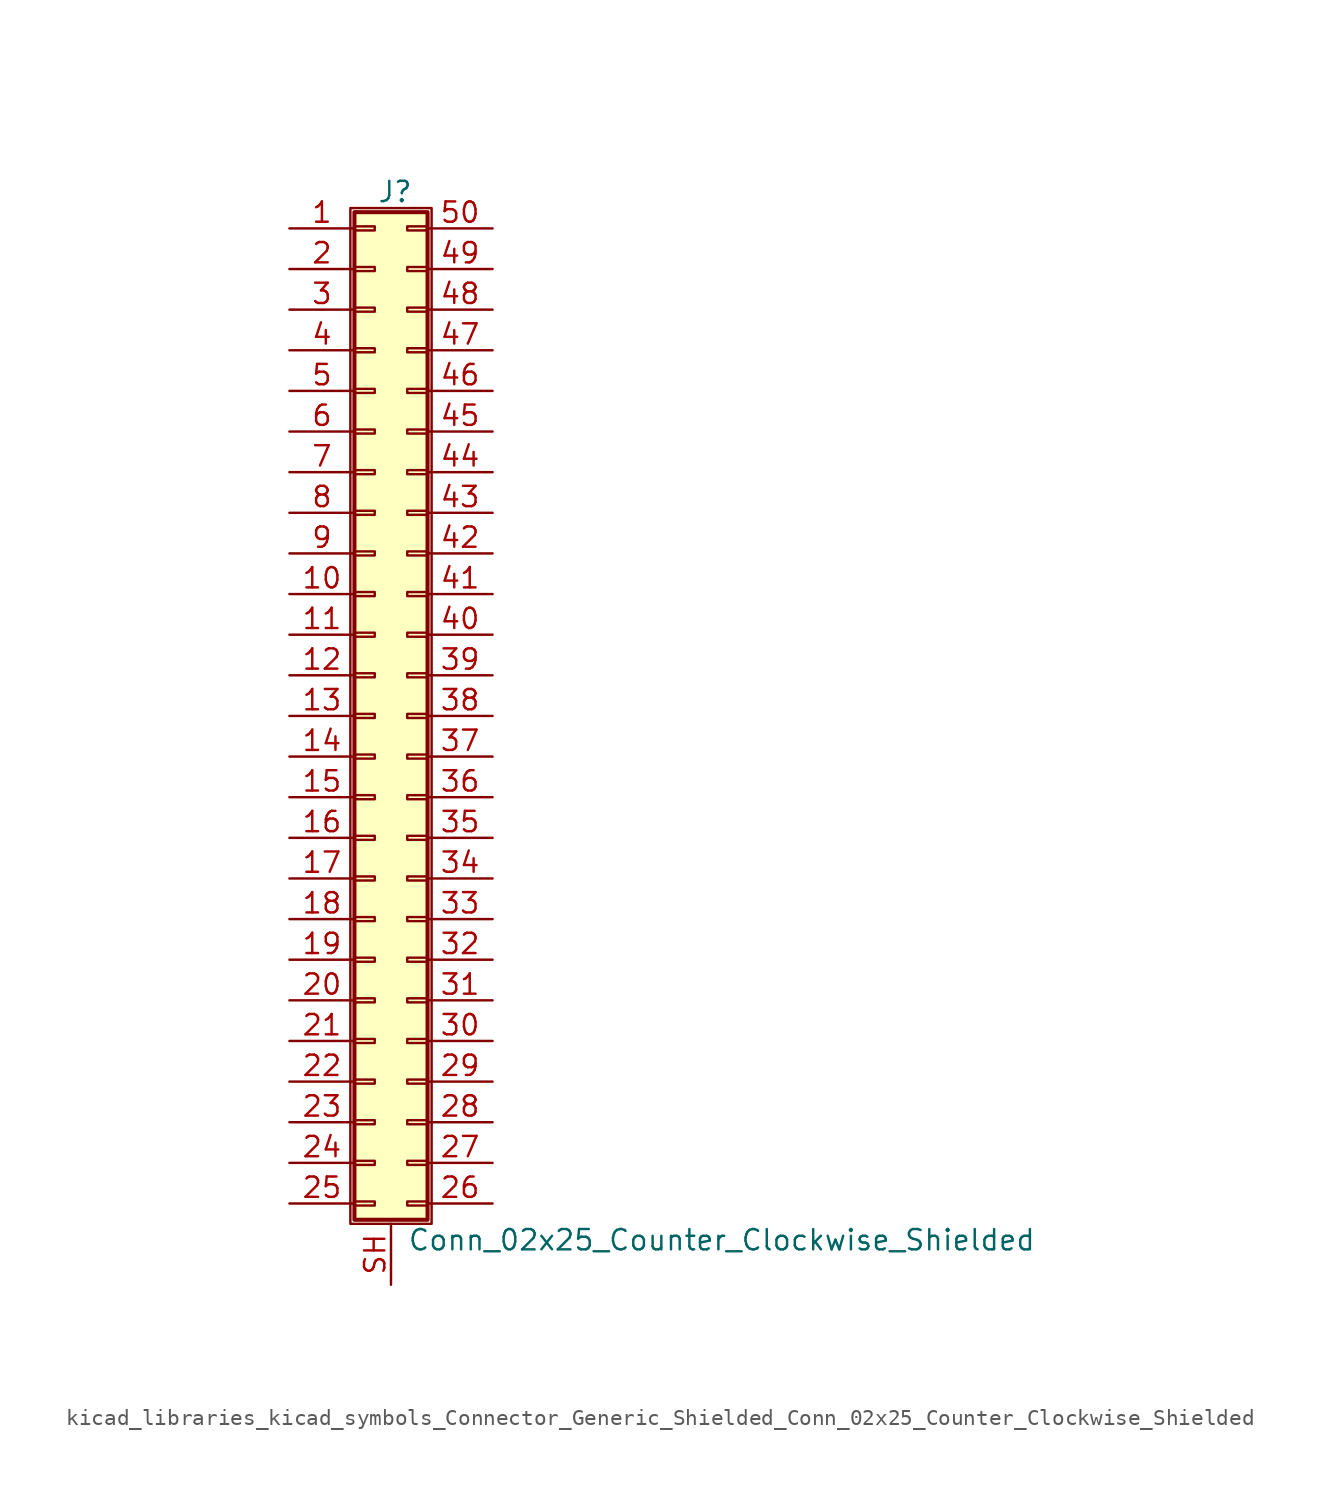
<source format=kicad_sym>
(kicad_symbol_lib
  (version 20220914)
  (generator kicad_symbol_editor)
  (symbol "kicad_libraries_kicad_symbols_Connector_Generic_Shielded_Conn_02x25_Counter_Clockwise_Shielded"
    (pin_names
      (offset 1.016) hide)
    (property "Reference" "J"
      (at 1.524 32.766 0)
      (effects (font (size 1.27 1.27))))
    (property "Value" "Conn_02x25_Counter_Clockwise_Shielded"
      (at 2.286 -32.766 0)
      (effects (font (size 1.27 1.27)) (justify left)))
    (symbol "kicad_libraries_kicad_symbols_Connector_Generic_Shielded_Conn_02x25_Counter_Clockwise_Shielded_1_1"
      (rectangle (start -1.27 31.75) (end 3.81 -31.75) (stroke (width 0.152) (type default)) (fill (type none)))
      (rectangle (start -1.016 -30.353) (end 0.254 -30.607) (stroke (width 0.152) (type default)) (fill (type none)))
      (rectangle (start -1.016 -27.813) (end 0.254 -28.067) (stroke (width 0.152) (type default)) (fill (type none)))
      (rectangle (start -1.016 -25.273) (end 0.254 -25.527) (stroke (width 0.152) (type default)) (fill (type none)))
      (rectangle (start -1.016 -22.733) (end 0.254 -22.987) (stroke (width 0.152) (type default)) (fill (type none)))
      (rectangle (start -1.016 -20.193) (end 0.254 -20.447) (stroke (width 0.152) (type default)) (fill (type none)))
      (rectangle (start -1.016 -17.653) (end 0.254 -17.907) (stroke (width 0.152) (type default)) (fill (type none)))
      (rectangle (start -1.016 -15.113) (end 0.254 -15.367) (stroke (width 0.152) (type default)) (fill (type none)))
      (rectangle (start -1.016 -12.573) (end 0.254 -12.827) (stroke (width 0.152) (type default)) (fill (type none)))
      (rectangle (start -1.016 -10.033) (end 0.254 -10.287) (stroke (width 0.152) (type default)) (fill (type none)))
      (rectangle (start -1.016 -7.493) (end 0.254 -7.747) (stroke (width 0.152) (type default)) (fill (type none)))
      (rectangle (start -1.016 -4.953) (end 0.254 -5.207) (stroke (width 0.152) (type default)) (fill (type none)))
      (rectangle (start -1.016 -2.413) (end 0.254 -2.667) (stroke (width 0.152) (type default)) (fill (type none)))
      (rectangle (start -1.016 0.127) (end 0.254 -0.127) (stroke (width 0.152) (type default)) (fill (type none)))
      (rectangle (start -1.016 2.667) (end 0.254 2.413) (stroke (width 0.152) (type default)) (fill (type none)))
      (rectangle (start -1.016 5.207) (end 0.254 4.953) (stroke (width 0.152) (type default)) (fill (type none)))
      (rectangle (start -1.016 7.747) (end 0.254 7.493) (stroke (width 0.152) (type default)) (fill (type none)))
      (rectangle (start -1.016 10.287) (end 0.254 10.033) (stroke (width 0.152) (type default)) (fill (type none)))
      (rectangle (start -1.016 12.827) (end 0.254 12.573) (stroke (width 0.152) (type default)) (fill (type none)))
      (rectangle (start -1.016 15.367) (end 0.254 15.113) (stroke (width 0.152) (type default)) (fill (type none)))
      (rectangle (start -1.016 17.907) (end 0.254 17.653) (stroke (width 0.152) (type default)) (fill (type none)))
      (rectangle (start -1.016 20.447) (end 0.254 20.193) (stroke (width 0.152) (type default)) (fill (type none)))
      (rectangle (start -1.016 22.987) (end 0.254 22.733) (stroke (width 0.152) (type default)) (fill (type none)))
      (rectangle (start -1.016 25.527) (end 0.254 25.273) (stroke (width 0.152) (type default)) (fill (type none)))
      (rectangle (start -1.016 28.067) (end 0.254 27.813) (stroke (width 0.152) (type default)) (fill (type none)))
      (rectangle (start -1.016 30.607) (end 0.254 30.353) (stroke (width 0.152) (type default)) (fill (type none)))
      (rectangle (start -1.016 31.496) (end 3.556 -31.496) (stroke (width 0.254) (type default)) (fill (type background)))
      (rectangle (start 3.556 -30.353) (end 2.286 -30.607) (stroke (width 0.152) (type default)) (fill (type none)))
      (rectangle (start 3.556 -27.813) (end 2.286 -28.067) (stroke (width 0.152) (type default)) (fill (type none)))
      (rectangle (start 3.556 -25.273) (end 2.286 -25.527) (stroke (width 0.152) (type default)) (fill (type none)))
      (rectangle (start 3.556 -22.733) (end 2.286 -22.987) (stroke (width 0.152) (type default)) (fill (type none)))
      (rectangle (start 3.556 -20.193) (end 2.286 -20.447) (stroke (width 0.152) (type default)) (fill (type none)))
      (rectangle (start 3.556 -17.653) (end 2.286 -17.907) (stroke (width 0.152) (type default)) (fill (type none)))
      (rectangle (start 3.556 -15.113) (end 2.286 -15.367) (stroke (width 0.152) (type default)) (fill (type none)))
      (rectangle (start 3.556 -12.573) (end 2.286 -12.827) (stroke (width 0.152) (type default)) (fill (type none)))
      (rectangle (start 3.556 -10.033) (end 2.286 -10.287) (stroke (width 0.152) (type default)) (fill (type none)))
      (rectangle (start 3.556 -7.493) (end 2.286 -7.747) (stroke (width 0.152) (type default)) (fill (type none)))
      (rectangle (start 3.556 -4.953) (end 2.286 -5.207) (stroke (width 0.152) (type default)) (fill (type none)))
      (rectangle (start 3.556 -2.413) (end 2.286 -2.667) (stroke (width 0.152) (type default)) (fill (type none)))
      (rectangle (start 3.556 0.127) (end 2.286 -0.127) (stroke (width 0.152) (type default)) (fill (type none)))
      (rectangle (start 3.556 2.667) (end 2.286 2.413) (stroke (width 0.152) (type default)) (fill (type none)))
      (rectangle (start 3.556 5.207) (end 2.286 4.953) (stroke (width 0.152) (type default)) (fill (type none)))
      (rectangle (start 3.556 7.747) (end 2.286 7.493) (stroke (width 0.152) (type default)) (fill (type none)))
      (rectangle (start 3.556 10.287) (end 2.286 10.033) (stroke (width 0.152) (type default)) (fill (type none)))
      (rectangle (start 3.556 12.827) (end 2.286 12.573) (stroke (width 0.152) (type default)) (fill (type none)))
      (rectangle (start 3.556 15.367) (end 2.286 15.113) (stroke (width 0.152) (type default)) (fill (type none)))
      (rectangle (start 3.556 17.907) (end 2.286 17.653) (stroke (width 0.152) (type default)) (fill (type none)))
      (rectangle (start 3.556 20.447) (end 2.286 20.193) (stroke (width 0.152) (type default)) (fill (type none)))
      (rectangle (start 3.556 22.987) (end 2.286 22.733) (stroke (width 0.152) (type default)) (fill (type none)))
      (rectangle (start 3.556 25.527) (end 2.286 25.273) (stroke (width 0.152) (type default)) (fill (type none)))
      (rectangle (start 3.556 28.067) (end 2.286 27.813) (stroke (width 0.152) (type default)) (fill (type none)))
      (rectangle (start 3.556 30.607) (end 2.286 30.353) (stroke (width 0.152) (type default)) (fill (type none)))
      (pin passive line (at -5.08 30.48 0) (length 4.064) (name "Pin_1" (effects (font (size 1.27 1.27)))) (number "1" (effects (font (size 1.27 1.27)))))
      (pin passive line (at -5.08 7.62 0) (length 4.064) (name "Pin_10" (effects (font (size 1.27 1.27)))) (number "10" (effects (font (size 1.27 1.27)))))
      (pin passive line (at -5.08 5.08 0) (length 4.064) (name "Pin_11" (effects (font (size 1.27 1.27)))) (number "11" (effects (font (size 1.27 1.27)))))
      (pin passive line (at -5.08 2.54 0) (length 4.064) (name "Pin_12" (effects (font (size 1.27 1.27)))) (number "12" (effects (font (size 1.27 1.27)))))
      (pin passive line (at -5.08 0 0) (length 4.064) (name "Pin_13" (effects (font (size 1.27 1.27)))) (number "13" (effects (font (size 1.27 1.27)))))
      (pin passive line (at -5.08 -2.54 0) (length 4.064) (name "Pin_14" (effects (font (size 1.27 1.27)))) (number "14" (effects (font (size 1.27 1.27)))))
      (pin passive line (at -5.08 -5.08 0) (length 4.064) (name "Pin_15" (effects (font (size 1.27 1.27)))) (number "15" (effects (font (size 1.27 1.27)))))
      (pin passive line (at -5.08 -7.62 0) (length 4.064) (name "Pin_16" (effects (font (size 1.27 1.27)))) (number "16" (effects (font (size 1.27 1.27)))))
      (pin passive line (at -5.08 -10.16 0) (length 4.064) (name "Pin_17" (effects (font (size 1.27 1.27)))) (number "17" (effects (font (size 1.27 1.27)))))
      (pin passive line (at -5.08 -12.7 0) (length 4.064) (name "Pin_18" (effects (font (size 1.27 1.27)))) (number "18" (effects (font (size 1.27 1.27)))))
      (pin passive line (at -5.08 -15.24 0) (length 4.064) (name "Pin_19" (effects (font (size 1.27 1.27)))) (number "19" (effects (font (size 1.27 1.27)))))
      (pin passive line (at -5.08 27.94 0) (length 4.064) (name "Pin_2" (effects (font (size 1.27 1.27)))) (number "2" (effects (font (size 1.27 1.27)))))
      (pin passive line (at -5.08 -17.78 0) (length 4.064) (name "Pin_20" (effects (font (size 1.27 1.27)))) (number "20" (effects (font (size 1.27 1.27)))))
      (pin passive line (at -5.08 -20.32 0) (length 4.064) (name "Pin_21" (effects (font (size 1.27 1.27)))) (number "21" (effects (font (size 1.27 1.27)))))
      (pin passive line (at -5.08 -22.86 0) (length 4.064) (name "Pin_22" (effects (font (size 1.27 1.27)))) (number "22" (effects (font (size 1.27 1.27)))))
      (pin passive line (at -5.08 -25.4 0) (length 4.064) (name "Pin_23" (effects (font (size 1.27 1.27)))) (number "23" (effects (font (size 1.27 1.27)))))
      (pin passive line (at -5.08 -27.94 0) (length 4.064) (name "Pin_24" (effects (font (size 1.27 1.27)))) (number "24" (effects (font (size 1.27 1.27)))))
      (pin passive line (at -5.08 -30.48 0) (length 4.064) (name "Pin_25" (effects (font (size 1.27 1.27)))) (number "25" (effects (font (size 1.27 1.27)))))
      (pin passive line (at 7.62 -30.48 180) (length 4.064) (name "Pin_26" (effects (font (size 1.27 1.27)))) (number "26" (effects (font (size 1.27 1.27)))))
      (pin passive line (at 7.62 -27.94 180) (length 4.064) (name "Pin_27" (effects (font (size 1.27 1.27)))) (number "27" (effects (font (size 1.27 1.27)))))
      (pin passive line (at 7.62 -25.4 180) (length 4.064) (name "Pin_28" (effects (font (size 1.27 1.27)))) (number "28" (effects (font (size 1.27 1.27)))))
      (pin passive line (at 7.62 -22.86 180) (length 4.064) (name "Pin_29" (effects (font (size 1.27 1.27)))) (number "29" (effects (font (size 1.27 1.27)))))
      (pin passive line (at -5.08 25.4 0) (length 4.064) (name "Pin_3" (effects (font (size 1.27 1.27)))) (number "3" (effects (font (size 1.27 1.27)))))
      (pin passive line (at 7.62 -20.32 180) (length 4.064) (name "Pin_30" (effects (font (size 1.27 1.27)))) (number "30" (effects (font (size 1.27 1.27)))))
      (pin passive line (at 7.62 -17.78 180) (length 4.064) (name "Pin_31" (effects (font (size 1.27 1.27)))) (number "31" (effects (font (size 1.27 1.27)))))
      (pin passive line (at 7.62 -15.24 180) (length 4.064) (name "Pin_32" (effects (font (size 1.27 1.27)))) (number "32" (effects (font (size 1.27 1.27)))))
      (pin passive line (at 7.62 -12.7 180) (length 4.064) (name "Pin_33" (effects (font (size 1.27 1.27)))) (number "33" (effects (font (size 1.27 1.27)))))
      (pin passive line (at 7.62 -10.16 180) (length 4.064) (name "Pin_34" (effects (font (size 1.27 1.27)))) (number "34" (effects (font (size 1.27 1.27)))))
      (pin passive line (at 7.62 -7.62 180) (length 4.064) (name "Pin_35" (effects (font (size 1.27 1.27)))) (number "35" (effects (font (size 1.27 1.27)))))
      (pin passive line (at 7.62 -5.08 180) (length 4.064) (name "Pin_36" (effects (font (size 1.27 1.27)))) (number "36" (effects (font (size 1.27 1.27)))))
      (pin passive line (at 7.62 -2.54 180) (length 4.064) (name "Pin_37" (effects (font (size 1.27 1.27)))) (number "37" (effects (font (size 1.27 1.27)))))
      (pin passive line (at 7.62 0 180) (length 4.064) (name "Pin_38" (effects (font (size 1.27 1.27)))) (number "38" (effects (font (size 1.27 1.27)))))
      (pin passive line (at 7.62 2.54 180) (length 4.064) (name "Pin_39" (effects (font (size 1.27 1.27)))) (number "39" (effects (font (size 1.27 1.27)))))
      (pin passive line (at -5.08 22.86 0) (length 4.064) (name "Pin_4" (effects (font (size 1.27 1.27)))) (number "4" (effects (font (size 1.27 1.27)))))
      (pin passive line (at 7.62 5.08 180) (length 4.064) (name "Pin_40" (effects (font (size 1.27 1.27)))) (number "40" (effects (font (size 1.27 1.27)))))
      (pin passive line (at 7.62 7.62 180) (length 4.064) (name "Pin_41" (effects (font (size 1.27 1.27)))) (number "41" (effects (font (size 1.27 1.27)))))
      (pin passive line (at 7.62 10.16 180) (length 4.064) (name "Pin_42" (effects (font (size 1.27 1.27)))) (number "42" (effects (font (size 1.27 1.27)))))
      (pin passive line (at 7.62 12.7 180) (length 4.064) (name "Pin_43" (effects (font (size 1.27 1.27)))) (number "43" (effects (font (size 1.27 1.27)))))
      (pin passive line (at 7.62 15.24 180) (length 4.064) (name "Pin_44" (effects (font (size 1.27 1.27)))) (number "44" (effects (font (size 1.27 1.27)))))
      (pin passive line (at 7.62 17.78 180) (length 4.064) (name "Pin_45" (effects (font (size 1.27 1.27)))) (number "45" (effects (font (size 1.27 1.27)))))
      (pin passive line (at 7.62 20.32 180) (length 4.064) (name "Pin_46" (effects (font (size 1.27 1.27)))) (number "46" (effects (font (size 1.27 1.27)))))
      (pin passive line (at 7.62 22.86 180) (length 4.064) (name "Pin_47" (effects (font (size 1.27 1.27)))) (number "47" (effects (font (size 1.27 1.27)))))
      (pin passive line (at 7.62 25.4 180) (length 4.064) (name "Pin_48" (effects (font (size 1.27 1.27)))) (number "48" (effects (font (size 1.27 1.27)))))
      (pin passive line (at 7.62 27.94 180) (length 4.064) (name "Pin_49" (effects (font (size 1.27 1.27)))) (number "49" (effects (font (size 1.27 1.27)))))
      (pin passive line (at -5.08 20.32 0) (length 4.064) (name "Pin_5" (effects (font (size 1.27 1.27)))) (number "5" (effects (font (size 1.27 1.27)))))
      (pin passive line (at 7.62 30.48 180) (length 4.064) (name "Pin_50" (effects (font (size 1.27 1.27)))) (number "50" (effects (font (size 1.27 1.27)))))
      (pin passive line (at -5.08 17.78 0) (length 4.064) (name "Pin_6" (effects (font (size 1.27 1.27)))) (number "6" (effects (font (size 1.27 1.27)))))
      (pin passive line (at -5.08 15.24 0) (length 4.064) (name "Pin_7" (effects (font (size 1.27 1.27)))) (number "7" (effects (font (size 1.27 1.27)))))
      (pin passive line (at -5.08 12.7 0) (length 4.064) (name "Pin_8" (effects (font (size 1.27 1.27)))) (number "8" (effects (font (size 1.27 1.27)))))
      (pin passive line (at -5.08 10.16 0) (length 4.064) (name "Pin_9" (effects (font (size 1.27 1.27)))) (number "9" (effects (font (size 1.27 1.27)))))
      (pin passive line (at 1.27 -35.56 90) (length 3.81) (name "Shield" (effects (font (size 1.27 1.27)))) (number "SH" (effects (font (size 1.27 1.27))))))))
</source>
